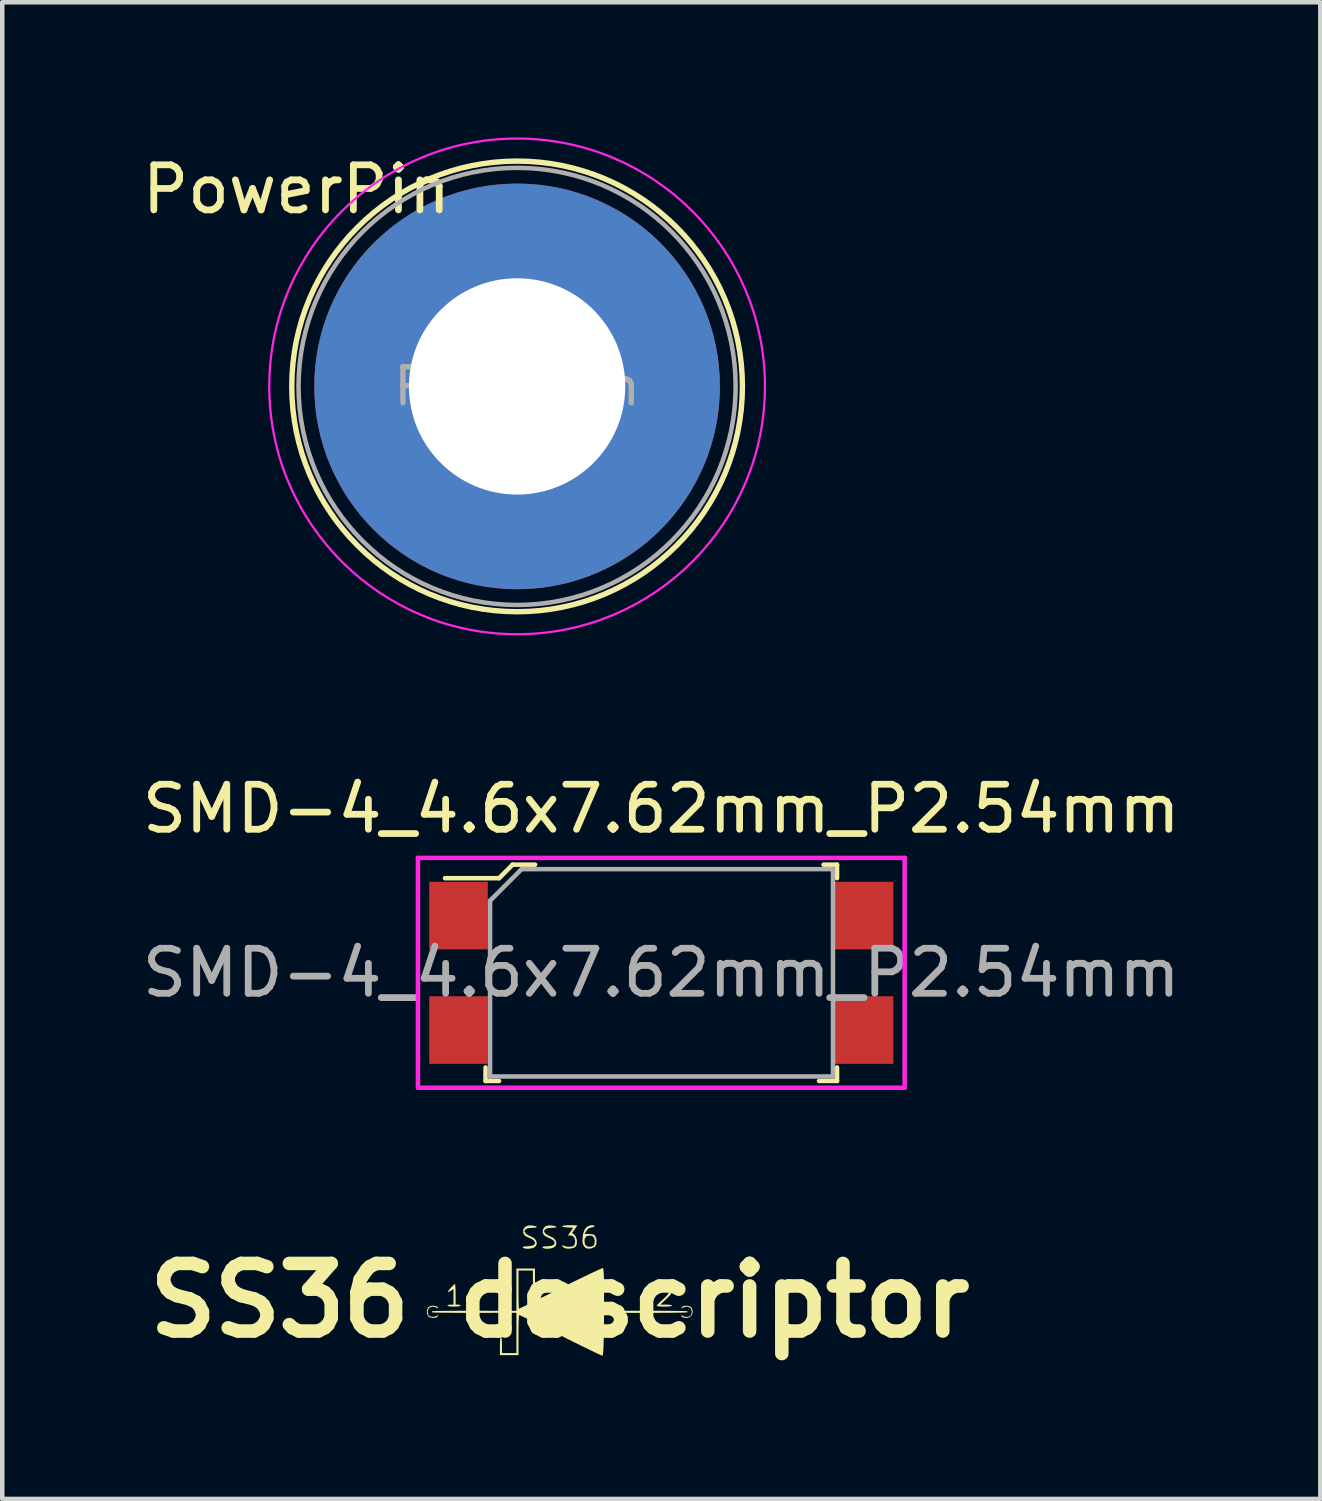
<source format=kicad_pcb>
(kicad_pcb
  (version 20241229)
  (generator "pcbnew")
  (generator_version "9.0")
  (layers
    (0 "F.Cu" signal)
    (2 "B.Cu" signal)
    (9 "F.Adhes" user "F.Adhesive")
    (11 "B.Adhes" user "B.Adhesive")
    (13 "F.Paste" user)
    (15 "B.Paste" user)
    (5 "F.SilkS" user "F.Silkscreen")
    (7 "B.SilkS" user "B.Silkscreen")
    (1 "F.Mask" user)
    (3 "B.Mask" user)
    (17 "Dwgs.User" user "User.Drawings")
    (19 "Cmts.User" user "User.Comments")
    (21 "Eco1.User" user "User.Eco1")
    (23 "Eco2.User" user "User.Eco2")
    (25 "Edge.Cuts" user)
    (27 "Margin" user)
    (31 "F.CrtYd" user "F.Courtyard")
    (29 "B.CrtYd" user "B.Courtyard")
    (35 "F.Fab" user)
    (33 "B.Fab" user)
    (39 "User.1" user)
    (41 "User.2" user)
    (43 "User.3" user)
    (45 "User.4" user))
  (footprint "PowerPin"
    (layer "F.Cu")
    (at 8.425 5.525)
    (property "Reference" "PowerPin" (at -4.895 -4.372 0) (layer "F.SilkS") (effects (font (size 1 1) (thickness 0.15))))
    (attr through_hole)
    (fp_circle (center 0 0) (end 5 0) (stroke (width 0.12) (type solid)) (fill no) (layer "F.SilkS"))
    (fp_circle (center 0 0) (end 5.5 0) (stroke (width 0.05) (type solid)) (fill no) (layer "F.CrtYd"))
    (fp_circle (center 0 0) (end 2 0) (stroke (width 0.1) (type solid)) (fill no) (layer "F.Fab"))
    (fp_circle (center 0 0) (end 4.85 0.05) (stroke (width 0.1) (type solid)) (fill no) (layer "F.Fab"))
    (fp_text user "${REFERENCE}" (at 0 0 0) (layer "F.Fab") (effects (font (size 0.8 0.8) (thickness 0.12))))
    (pad "1" thru_hole circle (at 0 0) (size 9 9) (drill 4.8) (layers "*.Cu" "*.Mask")))
  (footprint "SS36 descriptor"
    (layer "F.Cu")
    (at 9.371 25.809)
    (property "Reference" "SS36 descriptor" (at 0 0 180) (layer "F.SilkS") (effects (font (size 1.5 1.5) (thickness 0.3))))
    (attr board_only exclude_from_pos_files exclude_from_bom)
    (fp_poly (pts (xy 2.886 0.131) (xy 2.916 0.15) (xy 2.943 0.2) (xy 2.952 0.252) (xy 2.933 0.324) (xy 2.882 0.372) (xy 2.809 0.39) (xy 2.729 0.374) (xy 2.702 0.347) (xy 2.7 0.337) (xy 2.71 0.325) (xy 2.728 0.339) (xy 2.777 0.362) (xy 2.842 0.363) (xy 2.895 0.344) (xy 2.902 0.339) (xy 2.923 0.296) (xy 2.929 0.252) (xy 2.913 0.182) (xy 2.863 0.144) (xy 2.815 0.137) (xy 2.759 0.147) (xy 2.728 0.165) (xy 2.704 0.179) (xy 2.7 0.167) (xy 2.72 0.136) (xy 2.767 0.119) (xy 2.828 0.116)) (stroke (width 0) (type solid)) (fill yes) (layer "F.SilkS"))
    (fp_poly (pts (xy -2.75 0.123) (xy -2.71 0.144) (xy -2.7 0.167) (xy -2.711 0.178) (xy -2.728 0.165) (xy -2.77 0.144) (xy -2.815 0.137) (xy -2.884 0.154) (xy -2.922 0.203) (xy -2.929 0.252) (xy -2.919 0.308) (xy -2.902 0.339) (xy -2.852 0.362) (xy -2.788 0.363) (xy -2.734 0.344) (xy -2.728 0.339) (xy -2.704 0.325) (xy -2.7 0.336) (xy -2.72 0.367) (xy -2.767 0.385) (xy -2.828 0.387) (xy -2.886 0.373) (xy -2.916 0.353) (xy -2.946 0.295) (xy -2.949 0.223) (xy -2.925 0.161) (xy -2.916 0.15) (xy -2.869 0.124) (xy -2.809 0.115)) (stroke (width 0) (type solid)) (fill yes) (layer "F.SilkS"))
    (fp_poly (pts (xy -2.319 -0.345) (xy -2.314 -0.288) (xy -2.312 -0.204) (xy -2.311 -0.137) (xy -2.311 0.092) (xy -2.254 0.092) (xy -2.211 0.099) (xy -2.197 0.114) (xy -2.218 0.126) (xy -2.273 0.135) (xy -2.345 0.137) (xy -2.423 0.134) (xy -2.476 0.126) (xy -2.494 0.114) (xy -2.474 0.098) (xy -2.426 0.092) (xy -2.426 0.092) (xy -2.357 0.092) (xy -2.357 -0.081) (xy -2.357 -0.253) (xy -2.415 -0.215) (xy -2.459 -0.191) (xy -2.484 -0.188) (xy -2.484 -0.188) (xy -2.476 -0.208) (xy -2.445 -0.248) (xy -2.404 -0.295) (xy -2.362 -0.338) (xy -2.331 -0.363) (xy -2.324 -0.366)) (stroke (width 0) (type solid)) (fill yes) (layer "F.SilkS"))
    (fp_poly (pts (xy -0.583 -1.66) (xy -0.523 -1.645) (xy -0.506 -1.629) (xy -0.531 -1.618) (xy -0.596 -1.612) (xy -0.621 -1.612) (xy -0.713 -1.602) (xy -0.767 -1.572) (xy -0.782 -1.531) (xy -0.756 -1.485) (xy -0.688 -1.441) (xy -0.643 -1.423) (xy -0.568 -1.383) (xy -0.523 -1.327) (xy -0.508 -1.266) (xy -0.527 -1.21) (xy -0.581 -1.168) (xy -0.587 -1.166) (xy -0.664 -1.149) (xy -0.747 -1.148) (xy -0.795 -1.159) (xy -0.824 -1.178) (xy -0.811 -1.193) (xy -0.759 -1.201) (xy -0.707 -1.202) (xy -0.614 -1.213) (xy -0.56 -1.242) (xy -0.546 -1.284) (xy -0.572 -1.33) (xy -0.639 -1.374) (xy -0.684 -1.391) (xy -0.769 -1.434) (xy -0.81 -1.493) (xy -0.809 -1.566) (xy -0.803 -1.585) (xy -0.759 -1.642) (xy -0.683 -1.667)) (stroke (width 0) (type solid)) (fill yes) (layer "F.SilkS"))
    (fp_poly (pts (xy -0.149 -1.66) (xy -0.088 -1.645) (xy -0.072 -1.629) (xy -0.097 -1.618) (xy -0.162 -1.612) (xy -0.186 -1.612) (xy -0.279 -1.602) (xy -0.333 -1.572) (xy -0.347 -1.531) (xy -0.321 -1.485) (xy -0.253 -1.441) (xy -0.209 -1.423) (xy -0.134 -1.383) (xy -0.088 -1.327) (xy -0.073 -1.266) (xy -0.092 -1.21) (xy -0.146 -1.168) (xy -0.152 -1.166) (xy -0.23 -1.149) (xy -0.312 -1.148) (xy -0.36 -1.159) (xy -0.389 -1.178) (xy -0.376 -1.193) (xy -0.324 -1.201) (xy -0.272 -1.202) (xy -0.179 -1.213) (xy -0.125 -1.242) (xy -0.111 -1.284) (xy -0.137 -1.33) (xy -0.204 -1.374) (xy -0.249 -1.391) (xy -0.334 -1.434) (xy -0.376 -1.493) (xy -0.374 -1.566) (xy -0.368 -1.585) (xy -0.324 -1.642) (xy -0.249 -1.667)) (stroke (width 0) (type solid)) (fill yes) (layer "F.SilkS"))
    (fp_poly (pts (xy 0.299 -1.67) (xy 0.36 -1.667) (xy 0.388 -1.664) (xy 0.389 -1.663) (xy 0.377 -1.643) (xy 0.346 -1.598) (xy 0.331 -1.578) (xy 0.273 -1.5) (xy 0.321 -1.464) (xy 0.36 -1.411) (xy 0.381 -1.335) (xy 0.381 -1.258) (xy 0.361 -1.205) (xy 0.312 -1.17) (xy 0.239 -1.151) (xy 0.163 -1.149) (xy 0.1 -1.166) (xy 0.084 -1.178) (xy 0.051 -1.216) (xy 0.053 -1.229) (xy 0.09 -1.214) (xy 0.152 -1.195) (xy 0.224 -1.191) (xy 0.288 -1.202) (xy 0.316 -1.217) (xy 0.335 -1.259) (xy 0.343 -1.316) (xy 0.329 -1.392) (xy 0.284 -1.433) (xy 0.235 -1.442) (xy 0.181 -1.442) (xy 0.24 -1.527) (xy 0.298 -1.613) (xy 0.172 -1.62) (xy 0.091 -1.628) (xy 0.052 -1.64) (xy 0.054 -1.652) (xy 0.095 -1.663) (xy 0.172 -1.67) (xy 0.217 -1.67)) (stroke (width 0) (type solid)) (fill yes) (layer "F.SilkS"))
    (fp_poly (pts (xy 2.408 -0.347) (xy 2.467 -0.297) (xy 2.494 -0.226) (xy 2.494 -0.213) (xy 2.483 -0.168) (xy 2.446 -0.114) (xy 2.377 -0.044) (xy 2.363 -0.03) (xy 2.231 0.092) (xy 2.363 0.092) (xy 2.433 0.095) (xy 2.481 0.104) (xy 2.494 0.114) (xy 2.473 0.126) (xy 2.415 0.134) (xy 2.331 0.137) (xy 2.323 0.137) (xy 2.241 0.135) (xy 2.18 0.129) (xy 2.152 0.12) (xy 2.151 0.118) (xy 2.167 0.095) (xy 2.21 0.051) (xy 2.271 -0.006) (xy 2.288 -0.021) (xy 2.381 -0.112) (xy 2.432 -0.186) (xy 2.443 -0.248) (xy 2.425 -0.286) (xy 2.38 -0.311) (xy 2.315 -0.319) (xy 2.253 -0.31) (xy 2.225 -0.293) (xy 2.193 -0.279) (xy 2.18 -0.284) (xy 2.179 -0.308) (xy 2.211 -0.335) (xy 2.263 -0.356) (xy 2.323 -0.366) (xy 2.327 -0.366)) (stroke (width 0) (type solid)) (fill yes) (layer "F.SilkS"))
    (fp_poly (pts (xy 0.765 -1.663) (xy 0.775 -1.646) (xy 0.747 -1.628) (xy 0.705 -1.62) (xy 0.638 -1.598) (xy 0.592 -1.545) (xy 0.552 -1.476) (xy 0.652 -1.476) (xy 0.734 -1.469) (xy 0.782 -1.441) (xy 0.808 -1.383) (xy 0.816 -1.336) (xy 0.813 -1.248) (xy 0.777 -1.189) (xy 0.705 -1.157) (xy 0.683 -1.152) (xy 0.616 -1.15) (xy 0.568 -1.172) (xy 0.552 -1.187) (xy 0.514 -1.249) (xy 0.506 -1.316) (xy 0.549 -1.316) (xy 0.563 -1.24) (xy 0.607 -1.199) (xy 0.664 -1.19) (xy 0.719 -1.2) (xy 0.751 -1.217) (xy 0.77 -1.259) (xy 0.778 -1.316) (xy 0.764 -1.391) (xy 0.72 -1.432) (xy 0.664 -1.442) (xy 0.595 -1.426) (xy 0.558 -1.378) (xy 0.549 -1.316) (xy 0.506 -1.316) (xy 0.504 -1.333) (xy 0.516 -1.471) (xy 0.553 -1.575) (xy 0.613 -1.642) (xy 0.695 -1.67) (xy 0.714 -1.67)) (stroke (width 0) (type solid)) (fill yes) (layer "F.SilkS"))
    (fp_poly (pts (xy 0.969 -0.694) (xy 0.975 -0.627) (xy 0.98 -0.527) (xy 0.983 -0.399) (xy 0.984 -0.248) (xy 0.984 -0.239) (xy 0.984 0.23) (xy 1.902 0.228) (xy 2.103 0.228) (xy 2.289 0.229) (xy 2.455 0.23) (xy 2.598 0.232) (xy 2.711 0.234) (xy 2.789 0.236) (xy 2.829 0.238) (xy 2.833 0.239) (xy 2.833 0.264) (xy 2.833 0.264) (xy 2.808 0.267) (xy 2.742 0.269) (xy 2.641 0.271) (xy 2.508 0.273) (xy 2.349 0.274) (xy 2.17 0.275) (xy 1.974 0.275) (xy 1.903 0.275) (xy 0.985 0.274) (xy 0.979 0.747) (xy 0.975 0.912) (xy 0.971 1.046) (xy 0.964 1.146) (xy 0.957 1.208) (xy 0.95 1.227) (xy 0.925 1.218) (xy 0.864 1.191) (xy 0.77 1.147) (xy 0.649 1.088) (xy 0.504 1.017) (xy 0.339 0.936) (xy 0.158 0.846) (xy 0.023 0.778) (xy -0.166 0.683) (xy -0.342 0.595) (xy -0.501 0.516) (xy -0.639 0.447) (xy -0.752 0.391) (xy -0.835 0.351) (xy -0.885 0.327) (xy -0.898 0.322) (xy -0.903 0.343) (xy -0.908 0.403) (xy -0.912 0.495) (xy -0.914 0.612) (xy -0.915 0.748) (xy -0.915 0.767) (xy -0.915 1.213) (xy -1.121 1.213) (xy -1.327 1.213) (xy -1.327 1.007) (xy -1.325 0.908) (xy -1.318 0.838) (xy -1.308 0.803) (xy -1.304 0.801) (xy -1.293 0.822) (xy -1.285 0.881) (xy -1.282 0.968) (xy -1.281 0.984) (xy -1.281 1.167) (xy -1.121 1.167) (xy -0.961 1.167) (xy -0.961 0.72) (xy -0.961 0.274) (xy -1.891 0.275) (xy -2.093 0.275) (xy -2.28 0.275) (xy -2.448 0.273) (xy -2.592 0.272) (xy -2.706 0.27) (xy -2.787 0.268) (xy -2.828 0.265) (xy -2.833 0.264) (xy -2.833 0.24) (xy -2.833 0.239) (xy -2.808 0.237) (xy -2.742 0.234) (xy -2.641 0.232) (xy -2.508 0.231) (xy -2.349 0.229) (xy -2.169 0.228) (xy -1.972 0.228) (xy -1.891 0.228) (xy -0.961 0.23) (xy -0.961 -0.24) (xy -0.961 -0.709) (xy -0.755 -0.709) (xy -0.549 -0.709) (xy -0.549 -0.492) (xy -0.551 -0.389) (xy -0.558 -0.316) (xy -0.568 -0.278) (xy -0.572 -0.275) (xy -0.583 -0.296) (xy -0.591 -0.355) (xy -0.595 -0.444) (xy -0.595 -0.469) (xy -0.595 -0.664) (xy -0.755 -0.664) (xy -0.915 -0.664) (xy -0.915 -0.24) (xy -0.915 -0.107) (xy -0.913 0.009) (xy -0.911 0.101) (xy -0.907 0.161) (xy -0.904 0.183) (xy -0.882 0.173) (xy -0.823 0.145) (xy -0.731 0.1) (xy -0.611 0.041) (xy -0.467 -0.031) (xy -0.302 -0.112) (xy -0.122 -0.202) (xy 0.024 -0.275) (xy 0.214 -0.37) (xy 0.392 -0.457) (xy 0.553 -0.535) (xy 0.693 -0.602) (xy 0.808 -0.656) (xy 0.894 -0.695) (xy 0.947 -0.716) (xy 0.962 -0.72)) (stroke (width 0) (type solid)) (fill yes) (layer "F.SilkS")))
  (footprint "SMD-4_4.6x7.62mm_P2.54mm"
    (layer "F.Cu")
    (at 11.625 18.538)
    (property "Reference" "SMD-4_4.6x7.62mm_P2.54mm" (at 0 -3.64 0) (layer "F.SilkS") (effects (font (size 1 1) (thickness 0.15))))
    (attr smd)
    (fp_line (start -3.9 2.1) (end -3.9 2.4) (stroke (width 0.1) (type solid)) (layer "F.SilkS"))
    (fp_line (start -3.9 2.4) (end -3.6 2.4) (stroke (width 0.1) (type solid)) (layer "F.SilkS"))
    (fp_line (start -3.6 -2.1) (end -4.8 -2.1) (stroke (width 0.1) (type solid)) (layer "F.SilkS"))
    (fp_line (start -3.6 -2.1) (end -3.3 -2.4) (stroke (width 0.1) (type solid)) (layer "F.SilkS"))
    (fp_line (start -3.3 -2.4) (end -2.8 -2.4) (stroke (width 0.1) (type solid)) (layer "F.SilkS"))
    (fp_line (start 3.9 -2.4) (end 3.6 -2.4) (stroke (width 0.1) (type solid)) (layer "F.SilkS"))
    (fp_line (start 3.9 -2.1) (end 3.9 -2.4) (stroke (width 0.1) (type solid)) (layer "F.SilkS"))
    (fp_line (start 3.9 2.1) (end 3.9 2.4) (stroke (width 0.1) (type solid)) (layer "F.SilkS"))
    (fp_line (start 3.9 2.4) (end 3.5 2.4) (stroke (width 0.1) (type solid)) (layer "F.SilkS"))
    (fp_line (start -5.4 -2.55) (end 5.4 -2.55) (stroke (width 0.1) (type solid)) (layer "F.CrtYd"))
    (fp_line (start -5.4 2.55) (end -5.4 -2.55) (stroke (width 0.1) (type solid)) (layer "F.CrtYd"))
    (fp_line (start -5.4 2.55) (end 5.4 2.55) (stroke (width 0.1) (type solid)) (layer "F.CrtYd"))
    (fp_line (start 5.4 -2.55) (end 5.4 2.55) (stroke (width 0.1) (type solid)) (layer "F.CrtYd"))
    (fp_line (start -3.81 2.3) (end 3.81 2.3) (stroke (width 0.1) (type solid)) (layer "F.Fab"))
    (fp_line (start -3.8 -1.6) (end -3.8 2.3) (stroke (width 0.1) (type solid)) (layer "F.Fab"))
    (fp_line (start -3.8 -1.6) (end -3.1 -2.3) (stroke (width 0.1) (type solid)) (layer "F.Fab"))
    (fp_line (start -3.1 -2.3) (end 3.8 -2.3) (stroke (width 0.1) (type solid)) (layer "F.Fab"))
    (fp_line (start 3.81 -2.3) (end 3.81 2.3) (stroke (width 0.1) (type solid)) (layer "F.Fab"))
    (fp_text user "${REFERENCE}" (at 0 0 0) (layer "F.Fab") (effects (font (size 1 1) (thickness 0.15))))
    (pad "1" smd rect (at -4.5 -1.27) (size 1.3 1.5) (layers "F.Cu" "F.Mask" "F.Paste"))
    (pad "2" smd rect (at -4.5 1.27) (size 1.3 1.5) (layers "F.Cu" "F.Mask" "F.Paste"))
    (pad "3" smd rect (at 4.5 1.27) (size 1.3 1.5) (layers "F.Cu" "F.Mask" "F.Paste"))
    (pad "4" smd rect (at 4.5 -1.27) (size 1.3 1.5) (layers "F.Cu" "F.Mask" "F.Paste")))
  (gr_rect
    (start -3 -3)
    (end 26.25 30.213)
    (stroke (width 0.1) (type default))
    (fill no)
    (layer "Edge.Cuts")))
</source>
